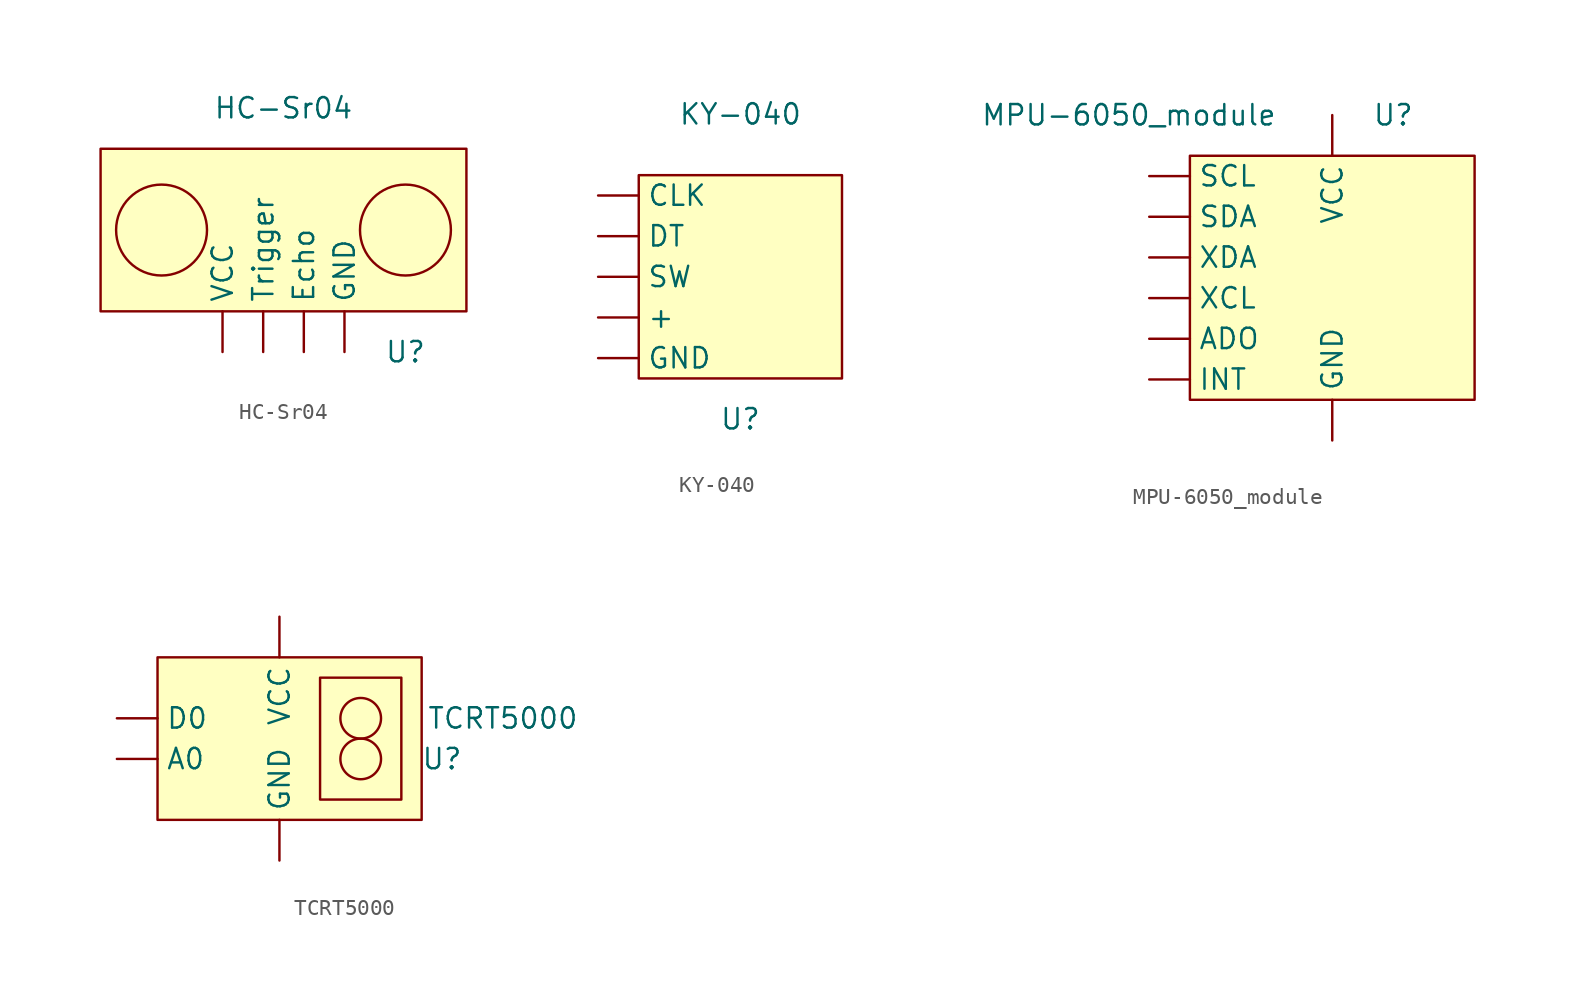
<source format=kicad_sym>
(kicad_symbol_lib
  (version 20211014)
  (generator kicad_symbol_editor)
  (symbol "HC-Sr04"
    (property "Reference" "U"
      (at 7.62 -6.35 0)
      (effects (font (size 1.27 1.27))))
    (property "Value" "HC-Sr04"
      (at 0 8.89 0)
      (effects (font (size 1.27 1.27))))
    (symbol "HC-Sr04_0_1"
      (rectangle (start -11.43 6.35) (end 11.43 -3.81) (stroke (width 0) (type default) (color 0 0 0 0)) (fill (type background)))
      (circle (center -7.62 1.27) (radius 2.84) (stroke (width 0) (type default) (color 0 0 0 0)) (fill (type none)))
      (circle (center 7.62 1.27) (radius 2.84) (stroke (width 0) (type default) (color 0 0 0 0)) (fill (type none))))
    (symbol "HC-Sr04_1_1"
      (pin output line (at 1.27 -6.35 90) (length 2.54) (name "Echo" (effects (font (size 1.27 1.27)))) (number "" (effects (font (size 1.27 1.27)))))
      (pin power_out line (at 3.81 -6.35 90) (length 2.54) (name "GND" (effects (font (size 1.27 1.27)))) (number "" (effects (font (size 1.27 1.27)))))
      (pin input line (at -1.27 -6.35 90) (length 2.54) (name "Trigger" (effects (font (size 1.27 1.27)))) (number "" (effects (font (size 1.27 1.27)))))
      (pin power_in line (at -3.81 -6.35 90) (length 2.54) (name "VCC" (effects (font (size 1.27 1.27)))) (number "" (effects (font (size 1.27 1.27)))))))
  (symbol "KY-040"
    (property "Reference" "U"
      (at 0 -8.89 0)
      (effects (font (size 1.27 1.27))))
    (property "Value" "KY-040"
      (at 0 10.16 0)
      (effects (font (size 1.27 1.27))))
    (symbol "KY-040_0_1"
      (rectangle (start -6.35 6.35) (end 6.35 -6.35) (stroke (width 0) (type default) (color 0 0 0 0)) (fill (type background))))
    (symbol "KY-040_1_1"
      (pin power_in line (at -8.89 -2.54 0) (length 2.54) (name "+" (effects (font (size 1.27 1.27)))) (number "" (effects (font (size 1.27 1.27)))))
      (pin bidirectional line (at -8.89 5.08 0) (length 2.54) (name "CLK" (effects (font (size 1.27 1.27)))) (number "" (effects (font (size 1.27 1.27)))))
      (pin bidirectional line (at -8.89 2.54 0) (length 2.54) (name "DT" (effects (font (size 1.27 1.27)))) (number "" (effects (font (size 1.27 1.27)))))
      (pin power_out line (at -8.89 -5.08 0) (length 2.54) (name "GND" (effects (font (size 1.27 1.27)))) (number "" (effects (font (size 1.27 1.27)))))
      (pin bidirectional line (at -8.89 0 0) (length 2.54) (name "SW" (effects (font (size 1.27 1.27)))) (number "" (effects (font (size 1.27 1.27)))))))
  (symbol "MPU-6050_module"
    (property "Reference" "U"
      (at 3.81 10.16 0)
      (effects (font (size 1.27 1.27))))
    (property "Value" "MPU-6050_module"
      (at -12.7 10.16 0)
      (effects (font (size 1.27 1.27))))
    (symbol "MPU-6050_module_0_1"
      (rectangle (start -8.89 7.62) (end 8.89 -7.62) (stroke (width 0) (type default) (color 0 0 0 0)) (fill (type background))))
    (symbol "MPU-6050_module_1_1"
      (pin bidirectional line (at -11.43 -3.81 0) (length 2.54) (name "ADO" (effects (font (size 1.27 1.27)))) (number "" (effects (font (size 1.27 1.27)))))
      (pin power_in line (at 0 -10.16 90) (length 2.54) (name "GND" (effects (font (size 1.27 1.27)))) (number "" (effects (font (size 1.27 1.27)))))
      (pin bidirectional line (at -11.43 -6.35 0) (length 2.54) (name "INT" (effects (font (size 1.27 1.27)))) (number "" (effects (font (size 1.27 1.27)))))
      (pin bidirectional line (at -11.43 6.35 0) (length 2.54) (name "SCL" (effects (font (size 1.27 1.27)))) (number "" (effects (font (size 1.27 1.27)))))
      (pin bidirectional line (at -11.43 3.81 0) (length 2.54) (name "SDA" (effects (font (size 1.27 1.27)))) (number "" (effects (font (size 1.27 1.27)))))
      (pin power_in line (at 0 10.16 270) (length 2.54) (name "VCC" (effects (font (size 1.27 1.27)))) (number "" (effects (font (size 1.27 1.27)))))
      (pin bidirectional line (at -11.43 -1.27 0) (length 2.54) (name "XCL" (effects (font (size 1.27 1.27)))) (number "" (effects (font (size 1.27 1.27)))))
      (pin bidirectional line (at -11.43 1.27 0) (length 2.54) (name "XDA" (effects (font (size 1.27 1.27)))) (number "" (effects (font (size 1.27 1.27)))))))
  (symbol "TCRT5000"
    (property "Reference" "U"
      (at 10.16 -1.27 0)
      (effects (font (size 1.27 1.27))))
    (property "Value" "TCRT5000"
      (at 13.97 1.27 0)
      (effects (font (size 1.27 1.27))))
    (symbol "TCRT5000_0_1"
      (rectangle (start -7.62 5.08) (end 8.89 -5.08) (stroke (width 0) (type default) (color 0 0 0 0)) (fill (type background)))
      (rectangle (start 2.54 3.81) (end 7.62 -3.81) (stroke (width 0) (type default) (color 0 0 0 0)) (fill (type none)))
      (circle (center 5.08 -1.27) (radius 1.27) (stroke (width 0) (type default) (color 0 0 0 0)) (fill (type none)))
      (circle (center 5.08 1.27) (radius 1.27) (stroke (width 0) (type default) (color 0 0 0 0)) (fill (type none))))
    (symbol "TCRT5000_1_1"
      (pin bidirectional line (at -10.16 -1.27 0) (length 2.54) (name "A0" (effects (font (size 1.27 1.27)))) (number "" (effects (font (size 1.27 1.27)))))
      (pin bidirectional line (at -10.16 1.27 0) (length 2.54) (name "D0" (effects (font (size 1.27 1.27)))) (number "" (effects (font (size 1.27 1.27)))))
      (pin power_in line (at 0 -7.62 90) (length 2.54) (name "GND" (effects (font (size 1.27 1.27)))) (number "" (effects (font (size 1.27 1.27)))))
      (pin power_in line (at 0 7.62 270) (length 2.54) (name "VCC" (effects (font (size 1.27 1.27)))) (number "" (effects (font (size 1.27 1.27))))))))
</source>
